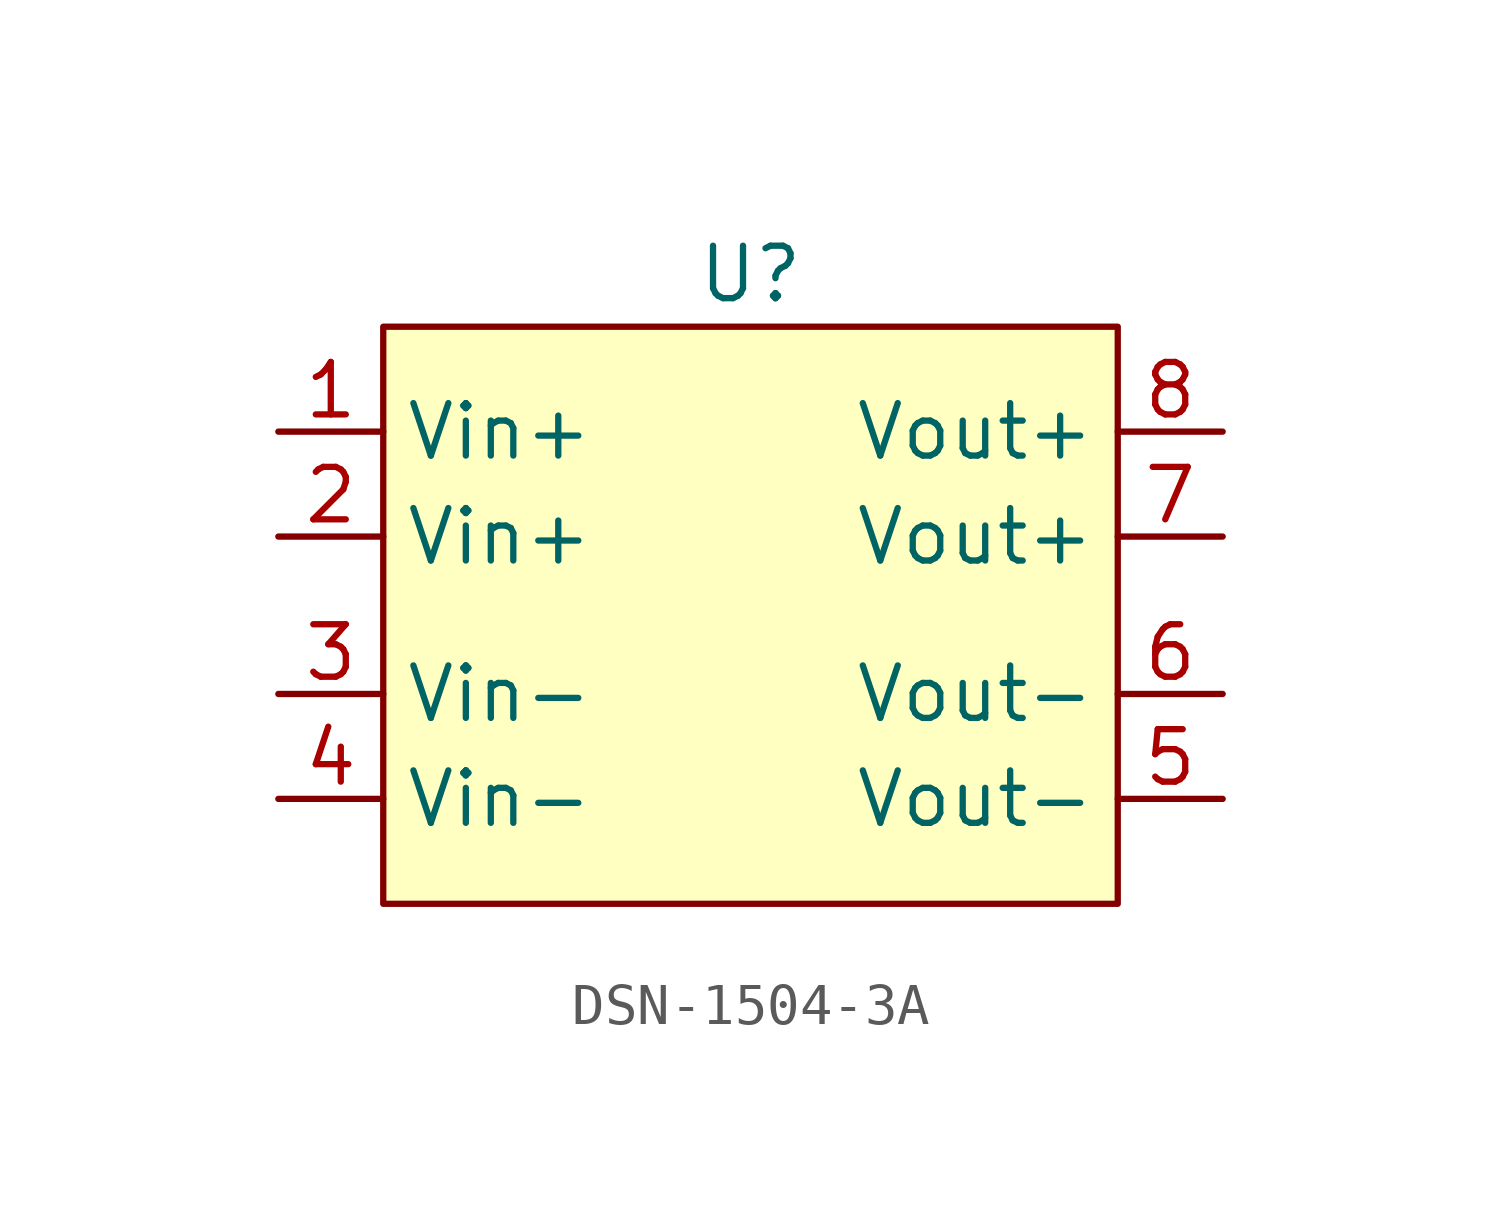
<source format=kicad_sym>
(kicad_symbol_lib
  (version 20220914)
  (generator kicad_symbol_editor)
  (symbol "DSN-1504-3A"
    (property "Reference" "U"
      (at 0 8.89 0)
      (effects (font (size 1.27 1.27))))
    (property "Value" ""
      (at 0 0 0)
      (effects (font (size 1.27 1.27))))
    (symbol "DSN-1504-3A_1_1"
      (rectangle (start -8.89 7.62) (end 8.89 -6.35) (stroke (width 0) (type default)) (fill (type background)))
      (pin power_in line (at -11.43 5.08 0) (length 2.54) (name "Vin+" (effects (font (size 1.27 1.27)))) (number "1" (effects (font (size 1.27 1.27)))))
      (pin power_in line (at -11.43 2.54 0) (length 2.54) (name "Vin+" (effects (font (size 1.27 1.27)))) (number "2" (effects (font (size 1.27 1.27)))))
      (pin power_in line (at -11.43 -1.27 0) (length 2.54) (name "Vin-" (effects (font (size 1.27 1.27)))) (number "3" (effects (font (size 1.27 1.27)))))
      (pin power_in line (at -11.43 -3.81 0) (length 2.54) (name "Vin-" (effects (font (size 1.27 1.27)))) (number "4" (effects (font (size 1.27 1.27)))))
      (pin power_out line (at 11.43 -3.81 180) (length 2.54) (name "Vout-" (effects (font (size 1.27 1.27)))) (number "5" (effects (font (size 1.27 1.27)))))
      (pin power_out line (at 11.43 -1.27 180) (length 2.54) (name "Vout-" (effects (font (size 1.27 1.27)))) (number "6" (effects (font (size 1.27 1.27)))))
      (pin power_out line (at 11.43 2.54 180) (length 2.54) (name "Vout+" (effects (font (size 1.27 1.27)))) (number "7" (effects (font (size 1.27 1.27)))))
      (pin power_out line (at 11.43 5.08 180) (length 2.54) (name "Vout+" (effects (font (size 1.27 1.27)))) (number "8" (effects (font (size 1.27 1.27))))))))
</source>
